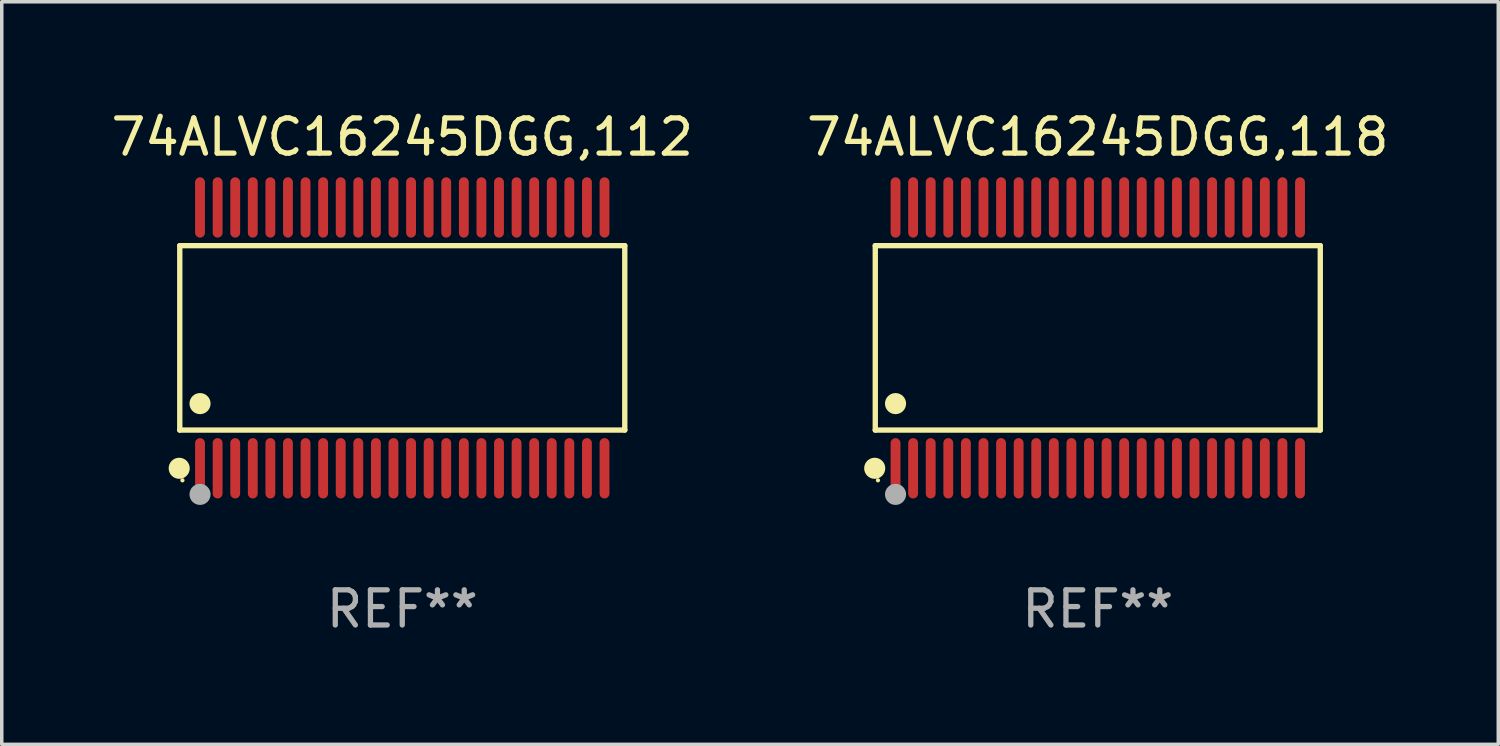
<source format=kicad_pcb>
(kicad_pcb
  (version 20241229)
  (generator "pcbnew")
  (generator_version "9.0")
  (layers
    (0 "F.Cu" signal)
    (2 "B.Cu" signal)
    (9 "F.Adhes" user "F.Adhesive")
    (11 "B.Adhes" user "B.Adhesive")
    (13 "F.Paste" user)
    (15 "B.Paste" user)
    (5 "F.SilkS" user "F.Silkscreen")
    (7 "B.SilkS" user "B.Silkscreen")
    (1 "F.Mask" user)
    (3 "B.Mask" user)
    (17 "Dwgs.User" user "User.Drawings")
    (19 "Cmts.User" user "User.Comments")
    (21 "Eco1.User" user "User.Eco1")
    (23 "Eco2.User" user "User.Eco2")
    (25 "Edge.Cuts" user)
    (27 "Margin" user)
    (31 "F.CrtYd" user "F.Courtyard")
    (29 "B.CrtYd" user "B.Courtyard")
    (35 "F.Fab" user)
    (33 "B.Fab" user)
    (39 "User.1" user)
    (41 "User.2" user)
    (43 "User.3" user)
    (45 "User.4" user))
  (footprint "74ALVC16245DGG,112"
    (layer "F.Cu")
    (at 8.387 6.556)
    (property "Reference" "74ALVC16245DGG,112" (at 0 -5.708 0) (layer "F.SilkS") (effects (font (size 1 1) (thickness 0.15))))
    (attr through_hole)
    (fp_line (start -6.326 -2.622) (end 6.326 -2.622) (stroke (width 0.152) (type solid)) (layer "F.SilkS"))
    (fp_line (start -6.326 2.621) (end -6.326 -2.622) (stroke (width 0.152) (type solid)) (layer "F.SilkS"))
    (fp_line (start 6.326 -2.622) (end 6.326 2.621) (stroke (width 0.152) (type solid)) (layer "F.SilkS"))
    (fp_line (start 6.326 2.621) (end -6.326 2.621) (stroke (width 0.152) (type solid)) (layer "F.SilkS"))
    (fp_circle (center -6.342 3.708) (end -6.192 3.708) (stroke (width 0.3) (type solid)) (fill no) (layer "F.SilkS"))
    (fp_circle (center -6.25 4.05) (end -6.22 4.05) (stroke (width 0.06) (type solid)) (fill no) (layer "F.SilkS"))
    (fp_circle (center -5.75 1.869) (end -5.6 1.869) (stroke (width 0.3) (type solid)) (fill no) (layer "F.SilkS"))
    (fp_circle (center -5.75 4.45) (end -5.6 4.45) (stroke (width 0.3) (type solid)) (fill no) (layer "F.Fab"))
    (fp_text user "REF**" (at 0 7.708 0) (layer "F.Fab") (effects (font (size 1 1) (thickness 0.15))))
    (pad "1" smd oval (at -5.75 3.708) (size 0.28 1.715) (layers "F.Cu" "F.Mask" "F.Paste"))
    (pad "2" smd oval (at -5.25 3.708) (size 0.28 1.715) (layers "F.Cu" "F.Mask" "F.Paste"))
    (pad "3" smd oval (at -4.75 3.708) (size 0.28 1.715) (layers "F.Cu" "F.Mask" "F.Paste"))
    (pad "4" smd oval (at -4.25 3.708) (size 0.28 1.715) (layers "F.Cu" "F.Mask" "F.Paste"))
    (pad "5" smd oval (at -3.75 3.708) (size 0.28 1.715) (layers "F.Cu" "F.Mask" "F.Paste"))
    (pad "6" smd oval (at -3.25 3.708) (size 0.28 1.715) (layers "F.Cu" "F.Mask" "F.Paste"))
    (pad "7" smd oval (at -2.75 3.708) (size 0.28 1.715) (layers "F.Cu" "F.Mask" "F.Paste"))
    (pad "8" smd oval (at -2.25 3.708) (size 0.28 1.715) (layers "F.Cu" "F.Mask" "F.Paste"))
    (pad "9" smd oval (at -1.75 3.708) (size 0.28 1.715) (layers "F.Cu" "F.Mask" "F.Paste"))
    (pad "10" smd oval (at -1.25 3.708) (size 0.28 1.715) (layers "F.Cu" "F.Mask" "F.Paste"))
    (pad "11" smd oval (at -0.75 3.708) (size 0.28 1.715) (layers "F.Cu" "F.Mask" "F.Paste"))
    (pad "12" smd oval (at -0.25 3.708) (size 0.28 1.715) (layers "F.Cu" "F.Mask" "F.Paste"))
    (pad "13" smd oval (at 0.25 3.708) (size 0.28 1.715) (layers "F.Cu" "F.Mask" "F.Paste"))
    (pad "14" smd oval (at 0.75 3.708) (size 0.28 1.715) (layers "F.Cu" "F.Mask" "F.Paste"))
    (pad "15" smd oval (at 1.25 3.708) (size 0.28 1.715) (layers "F.Cu" "F.Mask" "F.Paste"))
    (pad "16" smd oval (at 1.75 3.708) (size 0.28 1.715) (layers "F.Cu" "F.Mask" "F.Paste"))
    (pad "17" smd oval (at 2.25 3.708) (size 0.28 1.715) (layers "F.Cu" "F.Mask" "F.Paste"))
    (pad "18" smd oval (at 2.75 3.708) (size 0.28 1.715) (layers "F.Cu" "F.Mask" "F.Paste"))
    (pad "19" smd oval (at 3.25 3.708) (size 0.28 1.715) (layers "F.Cu" "F.Mask" "F.Paste"))
    (pad "20" smd oval (at 3.75 3.708) (size 0.28 1.715) (layers "F.Cu" "F.Mask" "F.Paste"))
    (pad "21" smd oval (at 4.25 3.708) (size 0.28 1.715) (layers "F.Cu" "F.Mask" "F.Paste"))
    (pad "22" smd oval (at 4.75 3.708) (size 0.28 1.715) (layers "F.Cu" "F.Mask" "F.Paste"))
    (pad "23" smd oval (at 5.25 3.708) (size 0.28 1.715) (layers "F.Cu" "F.Mask" "F.Paste"))
    (pad "24" smd oval (at 5.75 3.708) (size 0.28 1.715) (layers "F.Cu" "F.Mask" "F.Paste"))
    (pad "25" smd oval (at 5.75 -3.708) (size 0.28 1.715) (layers "F.Cu" "F.Mask" "F.Paste"))
    (pad "26" smd oval (at 5.25 -3.708) (size 0.28 1.715) (layers "F.Cu" "F.Mask" "F.Paste"))
    (pad "27" smd oval (at 4.75 -3.708) (size 0.28 1.715) (layers "F.Cu" "F.Mask" "F.Paste"))
    (pad "28" smd oval (at 4.25 -3.708) (size 0.28 1.715) (layers "F.Cu" "F.Mask" "F.Paste"))
    (pad "29" smd oval (at 3.75 -3.708) (size 0.28 1.715) (layers "F.Cu" "F.Mask" "F.Paste"))
    (pad "30" smd oval (at 3.25 -3.708) (size 0.28 1.715) (layers "F.Cu" "F.Mask" "F.Paste"))
    (pad "31" smd oval (at 2.75 -3.708) (size 0.28 1.715) (layers "F.Cu" "F.Mask" "F.Paste"))
    (pad "32" smd oval (at 2.25 -3.708) (size 0.28 1.715) (layers "F.Cu" "F.Mask" "F.Paste"))
    (pad "33" smd oval (at 1.75 -3.708) (size 0.28 1.715) (layers "F.Cu" "F.Mask" "F.Paste"))
    (pad "34" smd oval (at 1.25 -3.708) (size 0.28 1.715) (layers "F.Cu" "F.Mask" "F.Paste"))
    (pad "35" smd oval (at 0.75 -3.708) (size 0.28 1.715) (layers "F.Cu" "F.Mask" "F.Paste"))
    (pad "36" smd oval (at 0.25 -3.708) (size 0.28 1.715) (layers "F.Cu" "F.Mask" "F.Paste"))
    (pad "37" smd oval (at -0.25 -3.708) (size 0.28 1.715) (layers "F.Cu" "F.Mask" "F.Paste"))
    (pad "38" smd oval (at -0.75 -3.708) (size 0.28 1.715) (layers "F.Cu" "F.Mask" "F.Paste"))
    (pad "39" smd oval (at -1.25 -3.708) (size 0.28 1.715) (layers "F.Cu" "F.Mask" "F.Paste"))
    (pad "40" smd oval (at -1.75 -3.708) (size 0.28 1.715) (layers "F.Cu" "F.Mask" "F.Paste"))
    (pad "41" smd oval (at -2.25 -3.708) (size 0.28 1.715) (layers "F.Cu" "F.Mask" "F.Paste"))
    (pad "42" smd oval (at -2.75 -3.708) (size 0.28 1.715) (layers "F.Cu" "F.Mask" "F.Paste"))
    (pad "43" smd oval (at -3.25 -3.708) (size 0.28 1.715) (layers "F.Cu" "F.Mask" "F.Paste"))
    (pad "44" smd oval (at -3.75 -3.708) (size 0.28 1.715) (layers "F.Cu" "F.Mask" "F.Paste"))
    (pad "45" smd oval (at -4.25 -3.708) (size 0.28 1.715) (layers "F.Cu" "F.Mask" "F.Paste"))
    (pad "46" smd oval (at -4.75 -3.708) (size 0.28 1.715) (layers "F.Cu" "F.Mask" "F.Paste"))
    (pad "47" smd oval (at -5.25 -3.708) (size 0.28 1.715) (layers "F.Cu" "F.Mask" "F.Paste"))
    (pad "48" smd oval (at -5.75 -3.708) (size 0.28 1.715) (layers "F.Cu" "F.Mask" "F.Paste")))
  (footprint "74ALVC16245DGG,118"
    (layer "F.Cu")
    (at 28.161 6.556)
    (property "Reference" "74ALVC16245DGG,118" (at 0 -5.708 0) (layer "F.SilkS") (effects (font (size 1 1) (thickness 0.15))))
    (attr through_hole)
    (fp_line (start -6.326 -2.622) (end 6.326 -2.622) (stroke (width 0.152) (type solid)) (layer "F.SilkS"))
    (fp_line (start -6.326 2.621) (end -6.326 -2.622) (stroke (width 0.152) (type solid)) (layer "F.SilkS"))
    (fp_line (start 6.326 -2.622) (end 6.326 2.621) (stroke (width 0.152) (type solid)) (layer "F.SilkS"))
    (fp_line (start 6.326 2.621) (end -6.326 2.621) (stroke (width 0.152) (type solid)) (layer "F.SilkS"))
    (fp_circle (center -6.342 3.708) (end -6.192 3.708) (stroke (width 0.3) (type solid)) (fill no) (layer "F.SilkS"))
    (fp_circle (center -6.25 4.05) (end -6.22 4.05) (stroke (width 0.06) (type solid)) (fill no) (layer "F.SilkS"))
    (fp_circle (center -5.75 1.869) (end -5.6 1.869) (stroke (width 0.3) (type solid)) (fill no) (layer "F.SilkS"))
    (fp_circle (center -5.75 4.45) (end -5.6 4.45) (stroke (width 0.3) (type solid)) (fill no) (layer "F.Fab"))
    (fp_text user "REF**" (at 0 7.708 0) (layer "F.Fab") (effects (font (size 1 1) (thickness 0.15))))
    (pad "1" smd oval (at -5.75 3.708) (size 0.28 1.715) (layers "F.Cu" "F.Mask" "F.Paste"))
    (pad "2" smd oval (at -5.25 3.708) (size 0.28 1.715) (layers "F.Cu" "F.Mask" "F.Paste"))
    (pad "3" smd oval (at -4.75 3.708) (size 0.28 1.715) (layers "F.Cu" "F.Mask" "F.Paste"))
    (pad "4" smd oval (at -4.25 3.708) (size 0.28 1.715) (layers "F.Cu" "F.Mask" "F.Paste"))
    (pad "5" smd oval (at -3.75 3.708) (size 0.28 1.715) (layers "F.Cu" "F.Mask" "F.Paste"))
    (pad "6" smd oval (at -3.25 3.708) (size 0.28 1.715) (layers "F.Cu" "F.Mask" "F.Paste"))
    (pad "7" smd oval (at -2.75 3.708) (size 0.28 1.715) (layers "F.Cu" "F.Mask" "F.Paste"))
    (pad "8" smd oval (at -2.25 3.708) (size 0.28 1.715) (layers "F.Cu" "F.Mask" "F.Paste"))
    (pad "9" smd oval (at -1.75 3.708) (size 0.28 1.715) (layers "F.Cu" "F.Mask" "F.Paste"))
    (pad "10" smd oval (at -1.25 3.708) (size 0.28 1.715) (layers "F.Cu" "F.Mask" "F.Paste"))
    (pad "11" smd oval (at -0.75 3.708) (size 0.28 1.715) (layers "F.Cu" "F.Mask" "F.Paste"))
    (pad "12" smd oval (at -0.25 3.708) (size 0.28 1.715) (layers "F.Cu" "F.Mask" "F.Paste"))
    (pad "13" smd oval (at 0.25 3.708) (size 0.28 1.715) (layers "F.Cu" "F.Mask" "F.Paste"))
    (pad "14" smd oval (at 0.75 3.708) (size 0.28 1.715) (layers "F.Cu" "F.Mask" "F.Paste"))
    (pad "15" smd oval (at 1.25 3.708) (size 0.28 1.715) (layers "F.Cu" "F.Mask" "F.Paste"))
    (pad "16" smd oval (at 1.75 3.708) (size 0.28 1.715) (layers "F.Cu" "F.Mask" "F.Paste"))
    (pad "17" smd oval (at 2.25 3.708) (size 0.28 1.715) (layers "F.Cu" "F.Mask" "F.Paste"))
    (pad "18" smd oval (at 2.75 3.708) (size 0.28 1.715) (layers "F.Cu" "F.Mask" "F.Paste"))
    (pad "19" smd oval (at 3.25 3.708) (size 0.28 1.715) (layers "F.Cu" "F.Mask" "F.Paste"))
    (pad "20" smd oval (at 3.75 3.708) (size 0.28 1.715) (layers "F.Cu" "F.Mask" "F.Paste"))
    (pad "21" smd oval (at 4.25 3.708) (size 0.28 1.715) (layers "F.Cu" "F.Mask" "F.Paste"))
    (pad "22" smd oval (at 4.75 3.708) (size 0.28 1.715) (layers "F.Cu" "F.Mask" "F.Paste"))
    (pad "23" smd oval (at 5.25 3.708) (size 0.28 1.715) (layers "F.Cu" "F.Mask" "F.Paste"))
    (pad "24" smd oval (at 5.75 3.708) (size 0.28 1.715) (layers "F.Cu" "F.Mask" "F.Paste"))
    (pad "25" smd oval (at 5.75 -3.708) (size 0.28 1.715) (layers "F.Cu" "F.Mask" "F.Paste"))
    (pad "26" smd oval (at 5.25 -3.708) (size 0.28 1.715) (layers "F.Cu" "F.Mask" "F.Paste"))
    (pad "27" smd oval (at 4.75 -3.708) (size 0.28 1.715) (layers "F.Cu" "F.Mask" "F.Paste"))
    (pad "28" smd oval (at 4.25 -3.708) (size 0.28 1.715) (layers "F.Cu" "F.Mask" "F.Paste"))
    (pad "29" smd oval (at 3.75 -3.708) (size 0.28 1.715) (layers "F.Cu" "F.Mask" "F.Paste"))
    (pad "30" smd oval (at 3.25 -3.708) (size 0.28 1.715) (layers "F.Cu" "F.Mask" "F.Paste"))
    (pad "31" smd oval (at 2.75 -3.708) (size 0.28 1.715) (layers "F.Cu" "F.Mask" "F.Paste"))
    (pad "32" smd oval (at 2.25 -3.708) (size 0.28 1.715) (layers "F.Cu" "F.Mask" "F.Paste"))
    (pad "33" smd oval (at 1.75 -3.708) (size 0.28 1.715) (layers "F.Cu" "F.Mask" "F.Paste"))
    (pad "34" smd oval (at 1.25 -3.708) (size 0.28 1.715) (layers "F.Cu" "F.Mask" "F.Paste"))
    (pad "35" smd oval (at 0.75 -3.708) (size 0.28 1.715) (layers "F.Cu" "F.Mask" "F.Paste"))
    (pad "36" smd oval (at 0.25 -3.708) (size 0.28 1.715) (layers "F.Cu" "F.Mask" "F.Paste"))
    (pad "37" smd oval (at -0.25 -3.708) (size 0.28 1.715) (layers "F.Cu" "F.Mask" "F.Paste"))
    (pad "38" smd oval (at -0.75 -3.708) (size 0.28 1.715) (layers "F.Cu" "F.Mask" "F.Paste"))
    (pad "39" smd oval (at -1.25 -3.708) (size 0.28 1.715) (layers "F.Cu" "F.Mask" "F.Paste"))
    (pad "40" smd oval (at -1.75 -3.708) (size 0.28 1.715) (layers "F.Cu" "F.Mask" "F.Paste"))
    (pad "41" smd oval (at -2.25 -3.708) (size 0.28 1.715) (layers "F.Cu" "F.Mask" "F.Paste"))
    (pad "42" smd oval (at -2.75 -3.708) (size 0.28 1.715) (layers "F.Cu" "F.Mask" "F.Paste"))
    (pad "43" smd oval (at -3.25 -3.708) (size 0.28 1.715) (layers "F.Cu" "F.Mask" "F.Paste"))
    (pad "44" smd oval (at -3.75 -3.708) (size 0.28 1.715) (layers "F.Cu" "F.Mask" "F.Paste"))
    (pad "45" smd oval (at -4.25 -3.708) (size 0.28 1.715) (layers "F.Cu" "F.Mask" "F.Paste"))
    (pad "46" smd oval (at -4.75 -3.708) (size 0.28 1.715) (layers "F.Cu" "F.Mask" "F.Paste"))
    (pad "47" smd oval (at -5.25 -3.708) (size 0.28 1.715) (layers "F.Cu" "F.Mask" "F.Paste"))
    (pad "48" smd oval (at -5.75 -3.708) (size 0.28 1.715) (layers "F.Cu" "F.Mask" "F.Paste")))
  (gr_rect
    (start -3 -3)
    (end 39.548 18.112)
    (stroke (width 0.1) (type default))
    (fill no)
    (layer "Edge.Cuts")))
</source>
